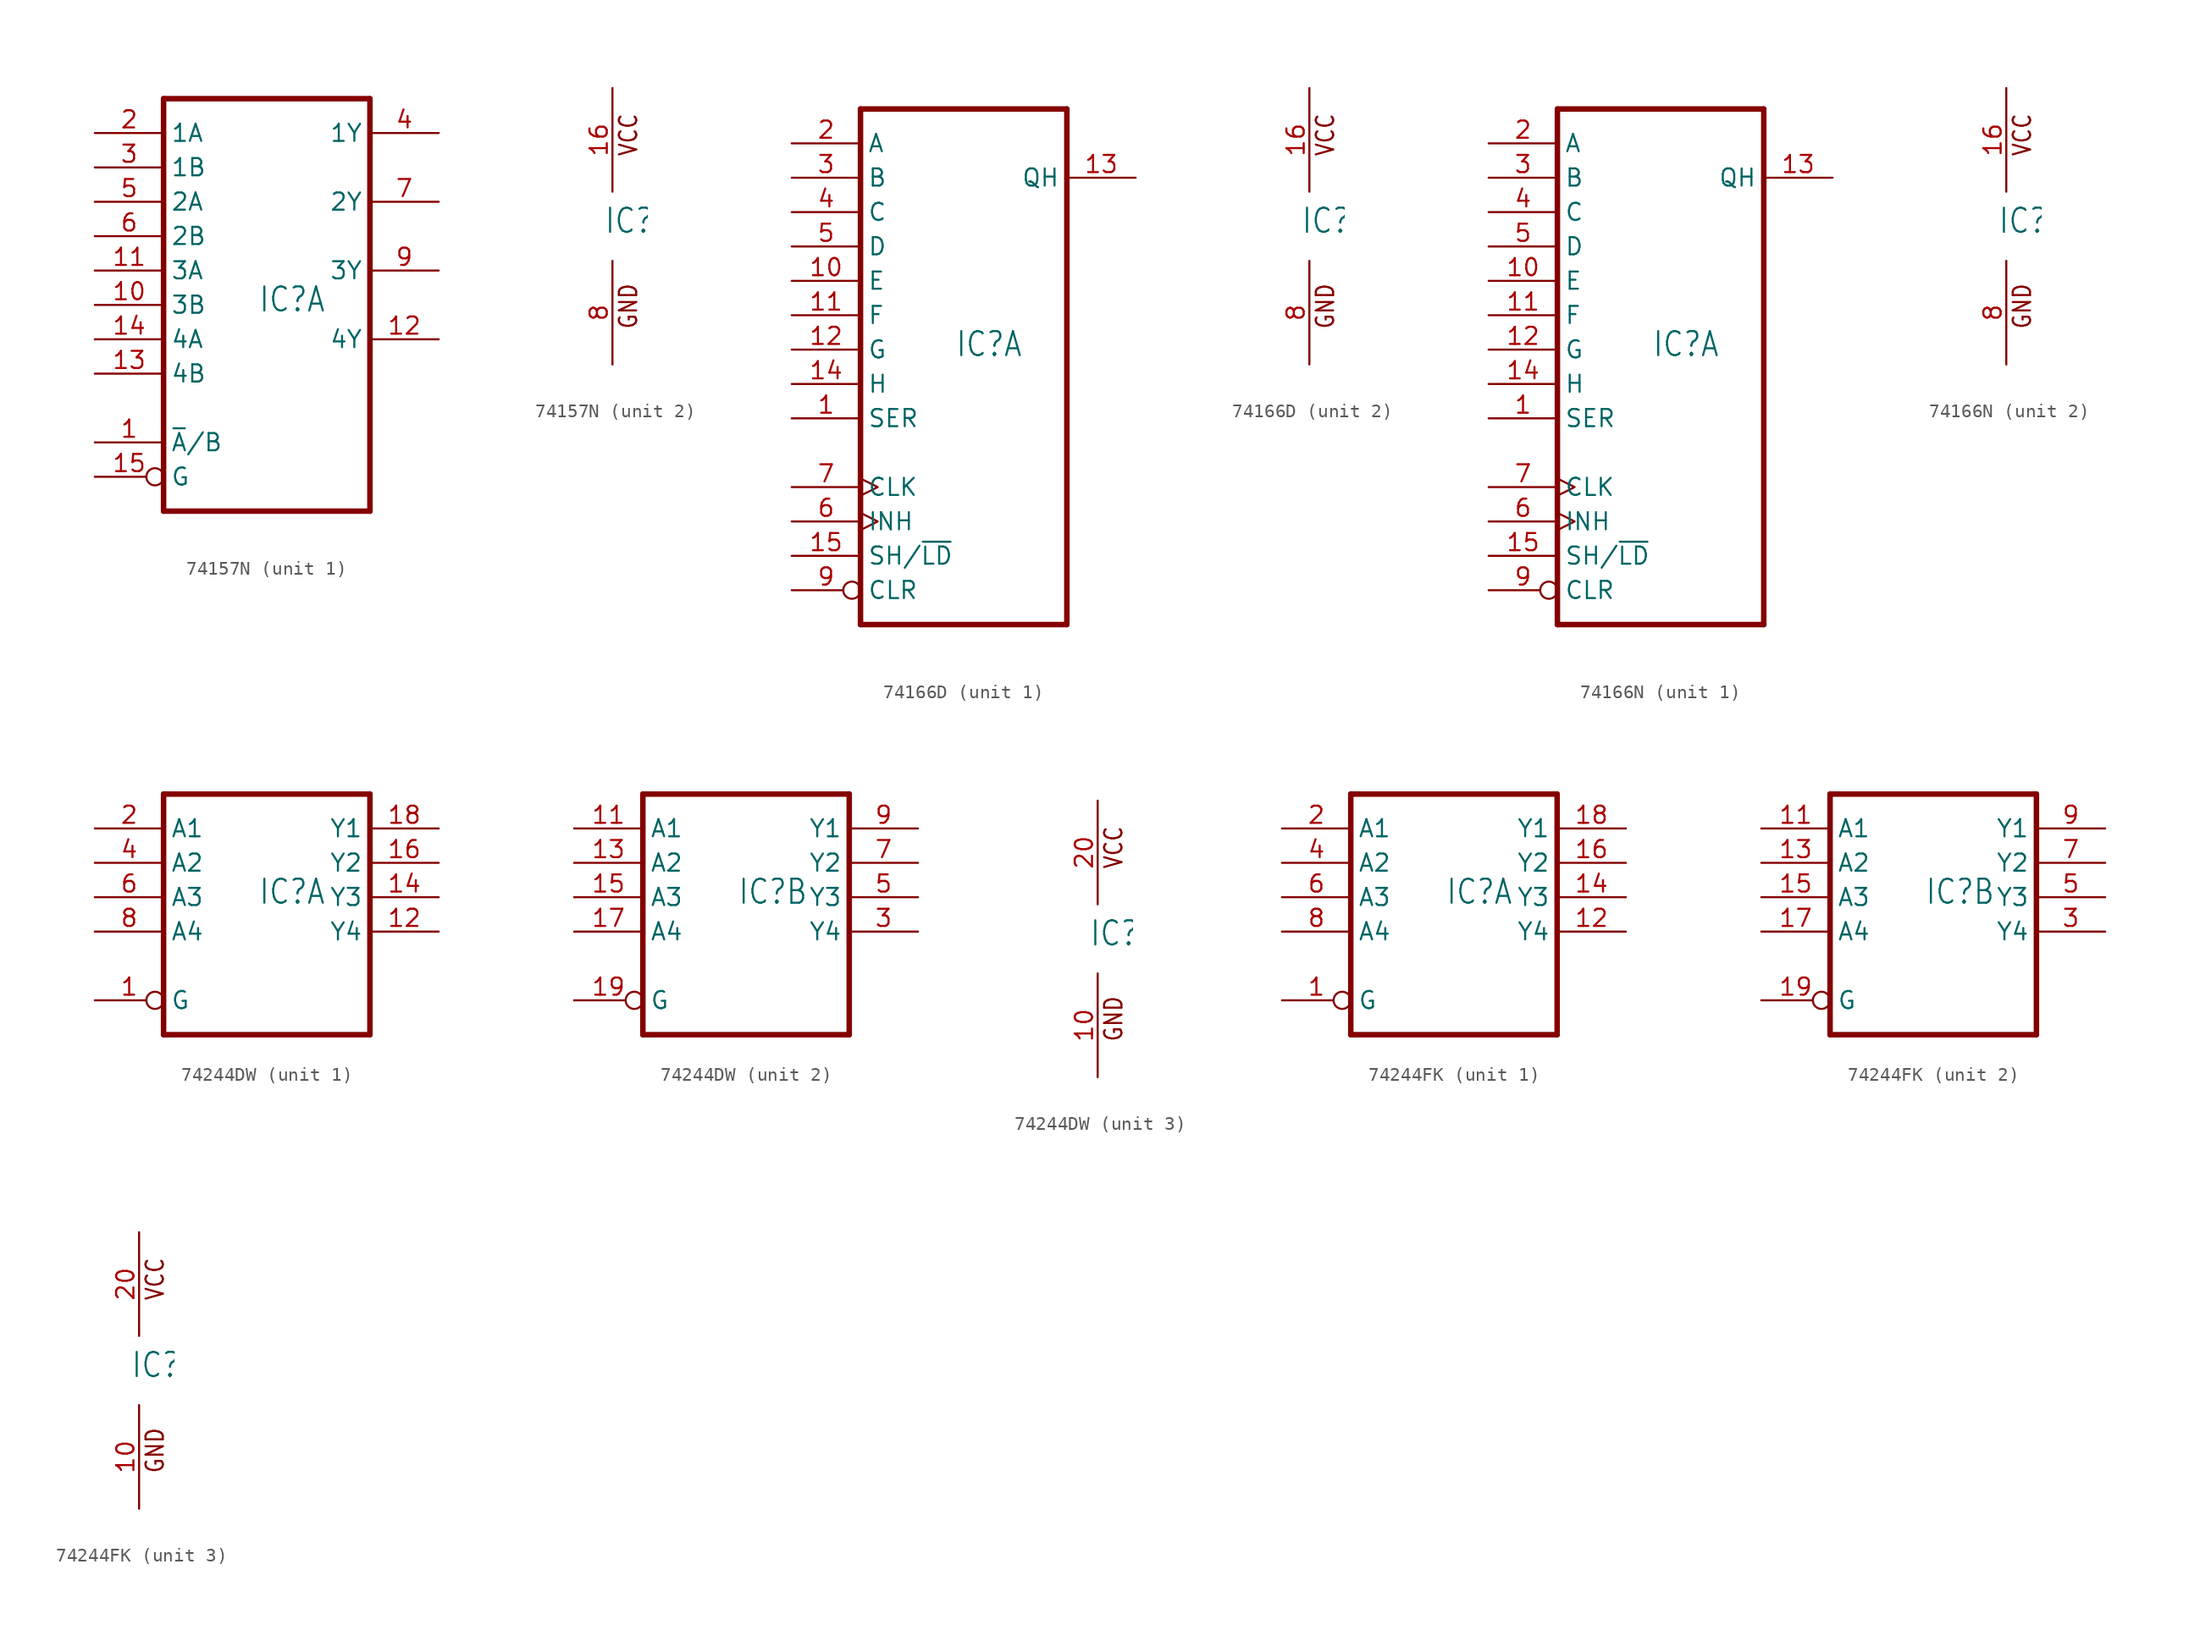
<source format=kicad_sym>
(kicad_symbol_lib
  (version 20220914)
  (generator kicad_symbol_editor)
  (symbol "74157N"
    (property "Reference" "IC"
      (at -0.635 -0.635 0)
      (effects (font (size 1.778 1.511)) (justify left bottom)))
    (property "ki_locked" ""
      (at 0 0 0)
      (effects (font (size 1.27 1.27))))
    (symbol "74157N_1_0"
      (polyline (pts (xy -7.62 -15.24) (xy 7.62 -15.24)) (stroke (width 0.406) (type default)) (fill (type none)))
      (polyline (pts (xy -7.62 15.24) (xy -7.62 -15.24)) (stroke (width 0.406) (type default)) (fill (type none)))
      (polyline (pts (xy 7.62 -15.24) (xy 7.62 15.24)) (stroke (width 0.406) (type default)) (fill (type none)))
      (polyline (pts (xy 7.62 15.24) (xy -7.62 15.24)) (stroke (width 0.406) (type default)) (fill (type none)))
      (pin input line (at -12.7 -10.16 0) (length 5.08) (name "~{A}/B" (effects (font (size 1.27 1.27)))) (number "1" (effects (font (size 1.27 1.27)))))
      (pin input line (at -12.7 0 0) (length 5.08) (name "3B" (effects (font (size 1.27 1.27)))) (number "10" (effects (font (size 1.27 1.27)))))
      (pin input line (at -12.7 2.54 0) (length 5.08) (name "3A" (effects (font (size 1.27 1.27)))) (number "11" (effects (font (size 1.27 1.27)))))
      (pin output line (at 12.7 -2.54 180) (length 5.08) (name "4Y" (effects (font (size 1.27 1.27)))) (number "12" (effects (font (size 1.27 1.27)))))
      (pin input line (at -12.7 -5.08 0) (length 5.08) (name "4B" (effects (font (size 1.27 1.27)))) (number "13" (effects (font (size 1.27 1.27)))))
      (pin input line (at -12.7 -2.54 0) (length 5.08) (name "4A" (effects (font (size 1.27 1.27)))) (number "14" (effects (font (size 1.27 1.27)))))
      (pin input inverted (at -12.7 -12.7 0) (length 5.08) (name "G" (effects (font (size 1.27 1.27)))) (number "15" (effects (font (size 1.27 1.27)))))
      (pin input line (at -12.7 12.7 0) (length 5.08) (name "1A" (effects (font (size 1.27 1.27)))) (number "2" (effects (font (size 1.27 1.27)))))
      (pin input line (at -12.7 10.16 0) (length 5.08) (name "1B" (effects (font (size 1.27 1.27)))) (number "3" (effects (font (size 1.27 1.27)))))
      (pin output line (at 12.7 12.7 180) (length 5.08) (name "1Y" (effects (font (size 1.27 1.27)))) (number "4" (effects (font (size 1.27 1.27)))))
      (pin input line (at -12.7 7.62 0) (length 5.08) (name "2A" (effects (font (size 1.27 1.27)))) (number "5" (effects (font (size 1.27 1.27)))))
      (pin input line (at -12.7 5.08 0) (length 5.08) (name "2B" (effects (font (size 1.27 1.27)))) (number "6" (effects (font (size 1.27 1.27)))))
      (pin output line (at 12.7 7.62 180) (length 5.08) (name "2Y" (effects (font (size 1.27 1.27)))) (number "7" (effects (font (size 1.27 1.27)))))
      (pin output line (at 12.7 2.54 180) (length 5.08) (name "3Y" (effects (font (size 1.27 1.27)))) (number "9" (effects (font (size 1.27 1.27))))))
    (symbol "74157N_2_0"
      (text "GND" (at 1.905 -7.62 900) (effects (font (size 1.27 1.079)) (justify left bottom)))
      (text "VCC" (at 1.905 5.08 900) (effects (font (size 1.27 1.079)) (justify left bottom)))
      (pin power_in line (at 0 10.16 270) (length 7.62) (name "VCC" (effects (font (size 0 0)))) (number "16" (effects (font (size 1.27 1.27)))))
      (pin power_in line (at 0 -10.16 90) (length 7.62) (name "GND" (effects (font (size 0 0)))) (number "8" (effects (font (size 1.27 1.27)))))))
  (symbol "74166D"
    (property "Reference" "IC"
      (at -0.635 -0.635 0)
      (effects (font (size 1.778 1.511)) (justify left bottom)))
    (property "ki_locked" ""
      (at 0 0 0)
      (effects (font (size 1.27 1.27))))
    (symbol "74166D_1_0"
      (polyline (pts (xy -7.62 -20.32) (xy 7.62 -20.32)) (stroke (width 0.406) (type default)) (fill (type none)))
      (polyline (pts (xy -7.62 17.78) (xy -7.62 -20.32)) (stroke (width 0.406) (type default)) (fill (type none)))
      (polyline (pts (xy 7.62 -20.32) (xy 7.62 17.78)) (stroke (width 0.406) (type default)) (fill (type none)))
      (polyline (pts (xy 7.62 17.78) (xy -7.62 17.78)) (stroke (width 0.406) (type default)) (fill (type none)))
      (pin input line (at -12.7 -5.08 0) (length 5.08) (name "SER" (effects (font (size 1.27 1.27)))) (number "1" (effects (font (size 1.27 1.27)))))
      (pin input line (at -12.7 5.08 0) (length 5.08) (name "E" (effects (font (size 1.27 1.27)))) (number "10" (effects (font (size 1.27 1.27)))))
      (pin input line (at -12.7 2.54 0) (length 5.08) (name "F" (effects (font (size 1.27 1.27)))) (number "11" (effects (font (size 1.27 1.27)))))
      (pin input line (at -12.7 0 0) (length 5.08) (name "G" (effects (font (size 1.27 1.27)))) (number "12" (effects (font (size 1.27 1.27)))))
      (pin output line (at 12.7 12.7 180) (length 5.08) (name "QH" (effects (font (size 1.27 1.27)))) (number "13" (effects (font (size 1.27 1.27)))))
      (pin input line (at -12.7 -2.54 0) (length 5.08) (name "H" (effects (font (size 1.27 1.27)))) (number "14" (effects (font (size 1.27 1.27)))))
      (pin input line (at -12.7 -15.24 0) (length 5.08) (name "SH/~{LD}" (effects (font (size 1.27 1.27)))) (number "15" (effects (font (size 1.27 1.27)))))
      (pin input line (at -12.7 15.24 0) (length 5.08) (name "A" (effects (font (size 1.27 1.27)))) (number "2" (effects (font (size 1.27 1.27)))))
      (pin input line (at -12.7 12.7 0) (length 5.08) (name "B" (effects (font (size 1.27 1.27)))) (number "3" (effects (font (size 1.27 1.27)))))
      (pin input line (at -12.7 10.16 0) (length 5.08) (name "C" (effects (font (size 1.27 1.27)))) (number "4" (effects (font (size 1.27 1.27)))))
      (pin input line (at -12.7 7.62 0) (length 5.08) (name "D" (effects (font (size 1.27 1.27)))) (number "5" (effects (font (size 1.27 1.27)))))
      (pin input clock (at -12.7 -12.7 0) (length 5.08) (name "INH" (effects (font (size 1.27 1.27)))) (number "6" (effects (font (size 1.27 1.27)))))
      (pin input clock (at -12.7 -10.16 0) (length 5.08) (name "CLK" (effects (font (size 1.27 1.27)))) (number "7" (effects (font (size 1.27 1.27)))))
      (pin input inverted (at -12.7 -17.78 0) (length 5.08) (name "CLR" (effects (font (size 1.27 1.27)))) (number "9" (effects (font (size 1.27 1.27))))))
    (symbol "74166D_2_0"
      (text "GND" (at 1.905 -7.62 900) (effects (font (size 1.27 1.079)) (justify left bottom)))
      (text "VCC" (at 1.905 5.08 900) (effects (font (size 1.27 1.079)) (justify left bottom)))
      (pin power_in line (at 0 10.16 270) (length 7.62) (name "VCC" (effects (font (size 0 0)))) (number "16" (effects (font (size 1.27 1.27)))))
      (pin power_in line (at 0 -10.16 90) (length 7.62) (name "GND" (effects (font (size 0 0)))) (number "8" (effects (font (size 1.27 1.27)))))))
  (symbol "74166N"
    (property "Reference" "IC"
      (at -0.635 -0.635 0)
      (effects (font (size 1.778 1.511)) (justify left bottom)))
    (property "ki_locked" ""
      (at 0 0 0)
      (effects (font (size 1.27 1.27))))
    (symbol "74166N_1_0"
      (polyline (pts (xy -7.62 -20.32) (xy 7.62 -20.32)) (stroke (width 0.406) (type default)) (fill (type none)))
      (polyline (pts (xy -7.62 17.78) (xy -7.62 -20.32)) (stroke (width 0.406) (type default)) (fill (type none)))
      (polyline (pts (xy 7.62 -20.32) (xy 7.62 17.78)) (stroke (width 0.406) (type default)) (fill (type none)))
      (polyline (pts (xy 7.62 17.78) (xy -7.62 17.78)) (stroke (width 0.406) (type default)) (fill (type none)))
      (pin input line (at -12.7 -5.08 0) (length 5.08) (name "SER" (effects (font (size 1.27 1.27)))) (number "1" (effects (font (size 1.27 1.27)))))
      (pin input line (at -12.7 5.08 0) (length 5.08) (name "E" (effects (font (size 1.27 1.27)))) (number "10" (effects (font (size 1.27 1.27)))))
      (pin input line (at -12.7 2.54 0) (length 5.08) (name "F" (effects (font (size 1.27 1.27)))) (number "11" (effects (font (size 1.27 1.27)))))
      (pin input line (at -12.7 0 0) (length 5.08) (name "G" (effects (font (size 1.27 1.27)))) (number "12" (effects (font (size 1.27 1.27)))))
      (pin output line (at 12.7 12.7 180) (length 5.08) (name "QH" (effects (font (size 1.27 1.27)))) (number "13" (effects (font (size 1.27 1.27)))))
      (pin input line (at -12.7 -2.54 0) (length 5.08) (name "H" (effects (font (size 1.27 1.27)))) (number "14" (effects (font (size 1.27 1.27)))))
      (pin input line (at -12.7 -15.24 0) (length 5.08) (name "SH/~{LD}" (effects (font (size 1.27 1.27)))) (number "15" (effects (font (size 1.27 1.27)))))
      (pin input line (at -12.7 15.24 0) (length 5.08) (name "A" (effects (font (size 1.27 1.27)))) (number "2" (effects (font (size 1.27 1.27)))))
      (pin input line (at -12.7 12.7 0) (length 5.08) (name "B" (effects (font (size 1.27 1.27)))) (number "3" (effects (font (size 1.27 1.27)))))
      (pin input line (at -12.7 10.16 0) (length 5.08) (name "C" (effects (font (size 1.27 1.27)))) (number "4" (effects (font (size 1.27 1.27)))))
      (pin input line (at -12.7 7.62 0) (length 5.08) (name "D" (effects (font (size 1.27 1.27)))) (number "5" (effects (font (size 1.27 1.27)))))
      (pin input clock (at -12.7 -12.7 0) (length 5.08) (name "INH" (effects (font (size 1.27 1.27)))) (number "6" (effects (font (size 1.27 1.27)))))
      (pin input clock (at -12.7 -10.16 0) (length 5.08) (name "CLK" (effects (font (size 1.27 1.27)))) (number "7" (effects (font (size 1.27 1.27)))))
      (pin input inverted (at -12.7 -17.78 0) (length 5.08) (name "CLR" (effects (font (size 1.27 1.27)))) (number "9" (effects (font (size 1.27 1.27))))))
    (symbol "74166N_2_0"
      (text "GND" (at 1.905 -7.62 900) (effects (font (size 1.27 1.079)) (justify left bottom)))
      (text "VCC" (at 1.905 5.08 900) (effects (font (size 1.27 1.079)) (justify left bottom)))
      (pin power_in line (at 0 10.16 270) (length 7.62) (name "VCC" (effects (font (size 0 0)))) (number "16" (effects (font (size 1.27 1.27)))))
      (pin power_in line (at 0 -10.16 90) (length 7.62) (name "GND" (effects (font (size 0 0)))) (number "8" (effects (font (size 1.27 1.27)))))))
  (symbol "74244DW"
    (property "Reference" "IC"
      (at -0.635 -0.635 0)
      (effects (font (size 1.778 1.511)) (justify left bottom)))
    (property "ki_locked" ""
      (at 0 0 0)
      (effects (font (size 1.27 1.27))))
    (symbol "74244DW_1_0"
      (polyline (pts (xy -7.62 -10.16) (xy 7.62 -10.16)) (stroke (width 0.406) (type default)) (fill (type none)))
      (polyline (pts (xy -7.62 7.62) (xy -7.62 -10.16)) (stroke (width 0.406) (type default)) (fill (type none)))
      (polyline (pts (xy 7.62 -10.16) (xy 7.62 7.62)) (stroke (width 0.406) (type default)) (fill (type none)))
      (polyline (pts (xy 7.62 7.62) (xy -7.62 7.62)) (stroke (width 0.406) (type default)) (fill (type none)))
      (pin input inverted (at -12.7 -7.62 0) (length 5.08) (name "G" (effects (font (size 1.27 1.27)))) (number "1" (effects (font (size 1.27 1.27)))))
      (pin tri_state line (at 12.7 -2.54 180) (length 5.08) (name "Y4" (effects (font (size 1.27 1.27)))) (number "12" (effects (font (size 1.27 1.27)))))
      (pin tri_state line (at 12.7 0 180) (length 5.08) (name "Y3" (effects (font (size 1.27 1.27)))) (number "14" (effects (font (size 1.27 1.27)))))
      (pin tri_state line (at 12.7 2.54 180) (length 5.08) (name "Y2" (effects (font (size 1.27 1.27)))) (number "16" (effects (font (size 1.27 1.27)))))
      (pin tri_state line (at 12.7 5.08 180) (length 5.08) (name "Y1" (effects (font (size 1.27 1.27)))) (number "18" (effects (font (size 1.27 1.27)))))
      (pin input line (at -12.7 5.08 0) (length 5.08) (name "A1" (effects (font (size 1.27 1.27)))) (number "2" (effects (font (size 1.27 1.27)))))
      (pin input line (at -12.7 2.54 0) (length 5.08) (name "A2" (effects (font (size 1.27 1.27)))) (number "4" (effects (font (size 1.27 1.27)))))
      (pin input line (at -12.7 0 0) (length 5.08) (name "A3" (effects (font (size 1.27 1.27)))) (number "6" (effects (font (size 1.27 1.27)))))
      (pin input line (at -12.7 -2.54 0) (length 5.08) (name "A4" (effects (font (size 1.27 1.27)))) (number "8" (effects (font (size 1.27 1.27))))))
    (symbol "74244DW_2_0"
      (polyline (pts (xy -7.62 -10.16) (xy 7.62 -10.16)) (stroke (width 0.406) (type default)) (fill (type none)))
      (polyline (pts (xy -7.62 7.62) (xy -7.62 -10.16)) (stroke (width 0.406) (type default)) (fill (type none)))
      (polyline (pts (xy 7.62 -10.16) (xy 7.62 7.62)) (stroke (width 0.406) (type default)) (fill (type none)))
      (polyline (pts (xy 7.62 7.62) (xy -7.62 7.62)) (stroke (width 0.406) (type default)) (fill (type none)))
      (pin input line (at -12.7 5.08 0) (length 5.08) (name "A1" (effects (font (size 1.27 1.27)))) (number "11" (effects (font (size 1.27 1.27)))))
      (pin input line (at -12.7 2.54 0) (length 5.08) (name "A2" (effects (font (size 1.27 1.27)))) (number "13" (effects (font (size 1.27 1.27)))))
      (pin input line (at -12.7 0 0) (length 5.08) (name "A3" (effects (font (size 1.27 1.27)))) (number "15" (effects (font (size 1.27 1.27)))))
      (pin input line (at -12.7 -2.54 0) (length 5.08) (name "A4" (effects (font (size 1.27 1.27)))) (number "17" (effects (font (size 1.27 1.27)))))
      (pin input inverted (at -12.7 -7.62 0) (length 5.08) (name "G" (effects (font (size 1.27 1.27)))) (number "19" (effects (font (size 1.27 1.27)))))
      (pin tri_state line (at 12.7 -2.54 180) (length 5.08) (name "Y4" (effects (font (size 1.27 1.27)))) (number "3" (effects (font (size 1.27 1.27)))))
      (pin tri_state line (at 12.7 0 180) (length 5.08) (name "Y3" (effects (font (size 1.27 1.27)))) (number "5" (effects (font (size 1.27 1.27)))))
      (pin tri_state line (at 12.7 2.54 180) (length 5.08) (name "Y2" (effects (font (size 1.27 1.27)))) (number "7" (effects (font (size 1.27 1.27)))))
      (pin tri_state line (at 12.7 5.08 180) (length 5.08) (name "Y1" (effects (font (size 1.27 1.27)))) (number "9" (effects (font (size 1.27 1.27))))))
    (symbol "74244DW_3_0"
      (text "GND" (at 1.905 -7.62 900) (effects (font (size 1.27 1.079)) (justify left bottom)))
      (text "VCC" (at 1.905 5.08 900) (effects (font (size 1.27 1.079)) (justify left bottom)))
      (pin power_in line (at 0 -10.16 90) (length 7.62) (name "GND" (effects (font (size 0 0)))) (number "10" (effects (font (size 1.27 1.27)))))
      (pin power_in line (at 0 10.16 270) (length 7.62) (name "VCC" (effects (font (size 0 0)))) (number "20" (effects (font (size 1.27 1.27)))))))
  (symbol "74244FK"
    (property "Reference" "IC"
      (at -0.635 -0.635 0)
      (effects (font (size 1.778 1.511)) (justify left bottom)))
    (property "ki_locked" ""
      (at 0 0 0)
      (effects (font (size 1.27 1.27))))
    (symbol "74244FK_1_0"
      (polyline (pts (xy -7.62 -10.16) (xy 7.62 -10.16)) (stroke (width 0.406) (type default)) (fill (type none)))
      (polyline (pts (xy -7.62 7.62) (xy -7.62 -10.16)) (stroke (width 0.406) (type default)) (fill (type none)))
      (polyline (pts (xy 7.62 -10.16) (xy 7.62 7.62)) (stroke (width 0.406) (type default)) (fill (type none)))
      (polyline (pts (xy 7.62 7.62) (xy -7.62 7.62)) (stroke (width 0.406) (type default)) (fill (type none)))
      (pin input inverted (at -12.7 -7.62 0) (length 5.08) (name "G" (effects (font (size 1.27 1.27)))) (number "1" (effects (font (size 1.27 1.27)))))
      (pin tri_state line (at 12.7 -2.54 180) (length 5.08) (name "Y4" (effects (font (size 1.27 1.27)))) (number "12" (effects (font (size 1.27 1.27)))))
      (pin tri_state line (at 12.7 0 180) (length 5.08) (name "Y3" (effects (font (size 1.27 1.27)))) (number "14" (effects (font (size 1.27 1.27)))))
      (pin tri_state line (at 12.7 2.54 180) (length 5.08) (name "Y2" (effects (font (size 1.27 1.27)))) (number "16" (effects (font (size 1.27 1.27)))))
      (pin tri_state line (at 12.7 5.08 180) (length 5.08) (name "Y1" (effects (font (size 1.27 1.27)))) (number "18" (effects (font (size 1.27 1.27)))))
      (pin input line (at -12.7 5.08 0) (length 5.08) (name "A1" (effects (font (size 1.27 1.27)))) (number "2" (effects (font (size 1.27 1.27)))))
      (pin input line (at -12.7 2.54 0) (length 5.08) (name "A2" (effects (font (size 1.27 1.27)))) (number "4" (effects (font (size 1.27 1.27)))))
      (pin input line (at -12.7 0 0) (length 5.08) (name "A3" (effects (font (size 1.27 1.27)))) (number "6" (effects (font (size 1.27 1.27)))))
      (pin input line (at -12.7 -2.54 0) (length 5.08) (name "A4" (effects (font (size 1.27 1.27)))) (number "8" (effects (font (size 1.27 1.27))))))
    (symbol "74244FK_2_0"
      (polyline (pts (xy -7.62 -10.16) (xy 7.62 -10.16)) (stroke (width 0.406) (type default)) (fill (type none)))
      (polyline (pts (xy -7.62 7.62) (xy -7.62 -10.16)) (stroke (width 0.406) (type default)) (fill (type none)))
      (polyline (pts (xy 7.62 -10.16) (xy 7.62 7.62)) (stroke (width 0.406) (type default)) (fill (type none)))
      (polyline (pts (xy 7.62 7.62) (xy -7.62 7.62)) (stroke (width 0.406) (type default)) (fill (type none)))
      (pin input line (at -12.7 5.08 0) (length 5.08) (name "A1" (effects (font (size 1.27 1.27)))) (number "11" (effects (font (size 1.27 1.27)))))
      (pin input line (at -12.7 2.54 0) (length 5.08) (name "A2" (effects (font (size 1.27 1.27)))) (number "13" (effects (font (size 1.27 1.27)))))
      (pin input line (at -12.7 0 0) (length 5.08) (name "A3" (effects (font (size 1.27 1.27)))) (number "15" (effects (font (size 1.27 1.27)))))
      (pin input line (at -12.7 -2.54 0) (length 5.08) (name "A4" (effects (font (size 1.27 1.27)))) (number "17" (effects (font (size 1.27 1.27)))))
      (pin input inverted (at -12.7 -7.62 0) (length 5.08) (name "G" (effects (font (size 1.27 1.27)))) (number "19" (effects (font (size 1.27 1.27)))))
      (pin tri_state line (at 12.7 -2.54 180) (length 5.08) (name "Y4" (effects (font (size 1.27 1.27)))) (number "3" (effects (font (size 1.27 1.27)))))
      (pin tri_state line (at 12.7 0 180) (length 5.08) (name "Y3" (effects (font (size 1.27 1.27)))) (number "5" (effects (font (size 1.27 1.27)))))
      (pin tri_state line (at 12.7 2.54 180) (length 5.08) (name "Y2" (effects (font (size 1.27 1.27)))) (number "7" (effects (font (size 1.27 1.27)))))
      (pin tri_state line (at 12.7 5.08 180) (length 5.08) (name "Y1" (effects (font (size 1.27 1.27)))) (number "9" (effects (font (size 1.27 1.27))))))
    (symbol "74244FK_3_0"
      (text "GND" (at 1.905 -7.62 900) (effects (font (size 1.27 1.079)) (justify left bottom)))
      (text "VCC" (at 1.905 5.08 900) (effects (font (size 1.27 1.079)) (justify left bottom)))
      (pin power_in line (at 0 -10.16 90) (length 7.62) (name "GND" (effects (font (size 0 0)))) (number "10" (effects (font (size 1.27 1.27)))))
      (pin power_in line (at 0 10.16 270) (length 7.62) (name "VCC" (effects (font (size 0 0)))) (number "20" (effects (font (size 1.27 1.27))))))))
</source>
